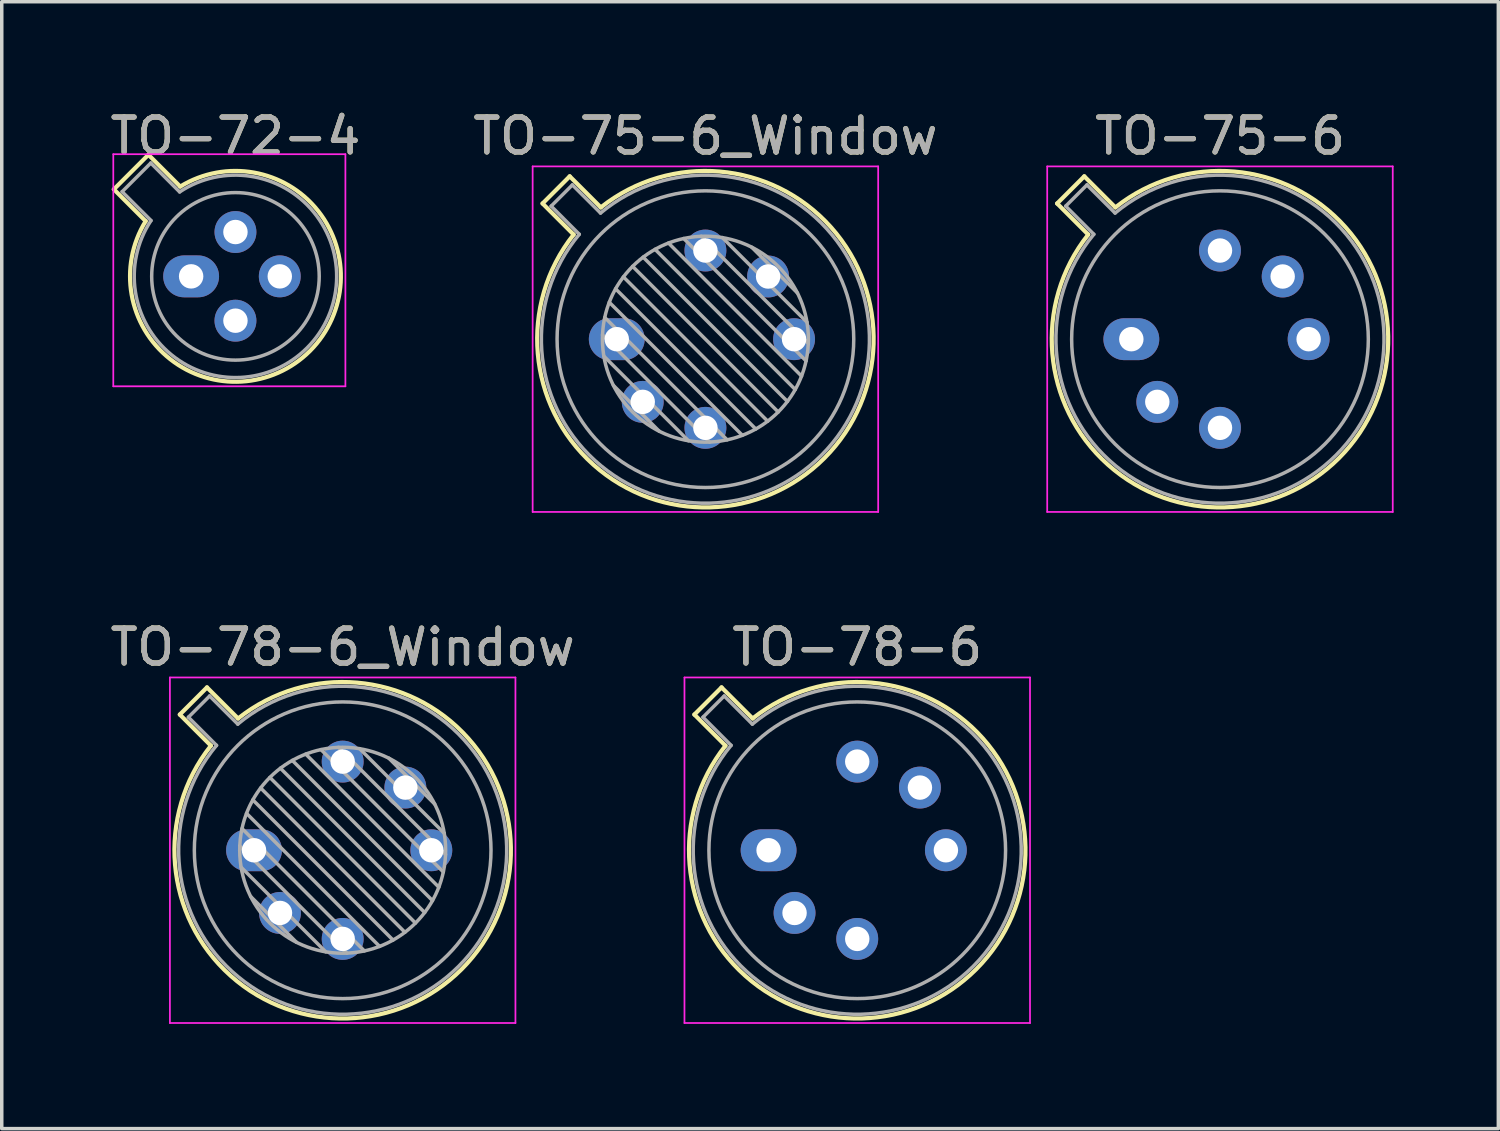
<source format=kicad_pcb>
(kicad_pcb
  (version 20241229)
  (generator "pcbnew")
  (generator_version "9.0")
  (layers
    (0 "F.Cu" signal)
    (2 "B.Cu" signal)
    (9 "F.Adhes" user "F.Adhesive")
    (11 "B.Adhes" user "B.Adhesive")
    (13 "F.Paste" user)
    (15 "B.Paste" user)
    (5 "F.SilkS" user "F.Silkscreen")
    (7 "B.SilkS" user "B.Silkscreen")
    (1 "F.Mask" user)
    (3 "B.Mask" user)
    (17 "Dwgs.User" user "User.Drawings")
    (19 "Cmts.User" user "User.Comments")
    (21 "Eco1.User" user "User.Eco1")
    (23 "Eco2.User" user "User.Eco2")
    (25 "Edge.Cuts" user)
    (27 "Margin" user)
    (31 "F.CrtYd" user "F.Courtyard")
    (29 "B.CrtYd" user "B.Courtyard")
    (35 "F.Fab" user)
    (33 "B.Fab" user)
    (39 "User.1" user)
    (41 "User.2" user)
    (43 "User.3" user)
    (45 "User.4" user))
  (footprint "TO-75-6_Window"
    (layer "F.Cu")
    (at 14.621 6.668)
    (property "Reference" "TO-75-6_Window" (at 2.54 -5.82 0) (layer "F.SilkS") (effects (font (size 1 1) (thickness 0.15))))
    (attr through_hole)
    (fp_line (start -2.126 -3.888) (end -1.235 -2.997) (stroke (width 0.12) (type solid)) (layer "F.SilkS"))
    (fp_line (start -1.348 -4.666) (end -2.126 -3.888) (stroke (width 0.12) (type solid)) (layer "F.SilkS"))
    (fp_line (start -0.457 -3.775) (end -1.348 -4.666) (stroke (width 0.12) (type solid)) (layer "F.SilkS"))
    (fp_arc (start -0.457084 -3.774902) (mid 5.948125 3.408384) (end -1.234674 -2.997371) (stroke (width 0.12) (type solid)) (layer "F.SilkS"))
    (fp_line (start -2.41 -4.95) (end -2.41 4.95) (stroke (width 0.05) (type solid)) (layer "F.CrtYd"))
    (fp_line (start -2.41 4.95) (end 7.49 4.95) (stroke (width 0.05) (type solid)) (layer "F.CrtYd"))
    (fp_line (start 7.49 -4.95) (end -2.41 -4.95) (stroke (width 0.05) (type solid)) (layer "F.CrtYd"))
    (fp_line (start 7.49 4.95) (end 7.49 -4.95) (stroke (width 0.05) (type solid)) (layer "F.CrtYd"))
    (fp_line (start -1.88 -3.812) (end -1.074 -3.005) (stroke (width 0.1) (type solid)) (layer "F.Fab"))
    (fp_line (start -1.272 -4.42) (end -1.88 -3.812) (stroke (width 0.1) (type solid)) (layer "F.Fab"))
    (fp_line (start -0.465 -3.614) (end -1.272 -4.42) (stroke (width 0.1) (type solid)) (layer "F.Fab"))
    (fp_line (start -0.408 -0.12) (end 2.66 2.948) (stroke (width 0.1) (type solid)) (layer "F.Fab"))
    (fp_line (start -0.371 0.485) (end 2.055 2.911) (stroke (width 0.1) (type solid)) (layer "F.Fab"))
    (fp_line (start -0.344 -0.622) (end 3.162 2.884) (stroke (width 0.1) (type solid)) (layer "F.Fab"))
    (fp_line (start -0.215 -1.058) (end 3.598 2.755) (stroke (width 0.1) (type solid)) (layer "F.Fab"))
    (fp_line (start -0.097 1.324) (end 1.216 2.637) (stroke (width 0.1) (type solid)) (layer "F.Fab"))
    (fp_line (start -0.034 -1.443) (end 3.983 2.574) (stroke (width 0.1) (type solid)) (layer "F.Fab"))
    (fp_line (start 0.19 -1.784) (end 4.324 2.35) (stroke (width 0.1) (type solid)) (layer "F.Fab"))
    (fp_line (start 0.454 -2.086) (end 4.626 2.086) (stroke (width 0.1) (type solid)) (layer "F.Fab"))
    (fp_line (start 0.756 -2.35) (end 4.89 1.784) (stroke (width 0.1) (type solid)) (layer "F.Fab"))
    (fp_line (start 1.097 -2.574) (end 5.114 1.443) (stroke (width 0.1) (type solid)) (layer "F.Fab"))
    (fp_line (start 1.482 -2.755) (end 5.295 1.058) (stroke (width 0.1) (type solid)) (layer "F.Fab"))
    (fp_line (start 1.918 -2.884) (end 5.424 0.622) (stroke (width 0.1) (type solid)) (layer "F.Fab"))
    (fp_line (start 2.42 -2.948) (end 5.488 0.12) (stroke (width 0.1) (type solid)) (layer "F.Fab"))
    (fp_line (start 3.025 -2.911) (end 5.451 -0.485) (stroke (width 0.1) (type solid)) (layer "F.Fab"))
    (fp_line (start 3.864 -2.637) (end 5.177 -1.324) (stroke (width 0.1) (type solid)) (layer "F.Fab"))
    (fp_arc (start -0.465408 -3.61352) (mid 5.863443 3.323361) (end -1.073594 -3.005319) (stroke (width 0.1) (type solid)) (layer "F.Fab"))
    (fp_circle (center 2.54 0) (end 5.49 0) (stroke (width 0.1) (type solid)) (fill no) (layer "F.Fab"))
    (fp_circle (center 2.54 0) (end 6.79 0) (stroke (width 0.1) (type solid)) (fill no) (layer "F.Fab"))
    (fp_text user "${REFERENCE}" (at 2.54 -5.82 0) (layer "F.Fab") (effects (font (size 1 1) (thickness 0.15))))
    (pad "1" thru_hole oval (at 0 0) (size 1.6 1.2) (drill 0.7) (layers "*.Cu" "*.Mask"))
    (pad "2" thru_hole oval (at 0.744 1.796) (size 1.2 1.2) (drill 0.7) (layers "*.Cu" "*.Mask"))
    (pad "3" thru_hole oval (at 2.54 2.54) (size 1.2 1.2) (drill 0.7) (layers "*.Cu" "*.Mask"))
    (pad "4" thru_hole oval (at 5.08 0) (size 1.2 1.2) (drill 0.7) (layers "*.Cu" "*.Mask"))
    (pad "5" thru_hole oval (at 4.336 -1.796) (size 1.2 1.2) (drill 0.7) (layers "*.Cu" "*.Mask"))
    (pad "6" thru_hole oval (at 2.54 -2.54) (size 1.2 1.2) (drill 0.7) (layers "*.Cu" "*.Mask")))
  (footprint "TO-75-6"
    (layer "F.Cu")
    (at 29.364 6.668)
    (property "Reference" "TO-75-6" (at 2.54 -5.82 0) (layer "F.SilkS") (effects (font (size 1 1) (thickness 0.15))))
    (attr through_hole)
    (fp_line (start -2.126 -3.888) (end -1.235 -2.997) (stroke (width 0.12) (type solid)) (layer "F.SilkS"))
    (fp_line (start -1.348 -4.666) (end -2.126 -3.888) (stroke (width 0.12) (type solid)) (layer "F.SilkS"))
    (fp_line (start -0.457 -3.775) (end -1.348 -4.666) (stroke (width 0.12) (type solid)) (layer "F.SilkS"))
    (fp_arc (start -0.457084 -3.774902) (mid 5.948125 3.408384) (end -1.234674 -2.997371) (stroke (width 0.12) (type solid)) (layer "F.SilkS"))
    (fp_line (start -2.41 -4.95) (end -2.41 4.95) (stroke (width 0.05) (type solid)) (layer "F.CrtYd"))
    (fp_line (start -2.41 4.95) (end 7.49 4.95) (stroke (width 0.05) (type solid)) (layer "F.CrtYd"))
    (fp_line (start 7.49 -4.95) (end -2.41 -4.95) (stroke (width 0.05) (type solid)) (layer "F.CrtYd"))
    (fp_line (start 7.49 4.95) (end 7.49 -4.95) (stroke (width 0.05) (type solid)) (layer "F.CrtYd"))
    (fp_line (start -1.88 -3.812) (end -1.074 -3.005) (stroke (width 0.1) (type solid)) (layer "F.Fab"))
    (fp_line (start -1.272 -4.42) (end -1.88 -3.812) (stroke (width 0.1) (type solid)) (layer "F.Fab"))
    (fp_line (start -0.465 -3.614) (end -1.272 -4.42) (stroke (width 0.1) (type solid)) (layer "F.Fab"))
    (fp_arc (start -0.465408 -3.61352) (mid 5.863443 3.323361) (end -1.073594 -3.005319) (stroke (width 0.1) (type solid)) (layer "F.Fab"))
    (fp_circle (center 2.54 0) (end 6.79 0) (stroke (width 0.1) (type solid)) (fill no) (layer "F.Fab"))
    (fp_text user "${REFERENCE}" (at 2.54 -5.82 0) (layer "F.Fab") (effects (font (size 1 1) (thickness 0.15))))
    (pad "1" thru_hole oval (at 0 0) (size 1.6 1.2) (drill 0.7) (layers "*.Cu" "*.Mask"))
    (pad "2" thru_hole oval (at 0.744 1.796) (size 1.2 1.2) (drill 0.7) (layers "*.Cu" "*.Mask"))
    (pad "3" thru_hole oval (at 2.54 2.54) (size 1.2 1.2) (drill 0.7) (layers "*.Cu" "*.Mask"))
    (pad "4" thru_hole oval (at 5.08 0) (size 1.2 1.2) (drill 0.7) (layers "*.Cu" "*.Mask"))
    (pad "5" thru_hole oval (at 4.336 -1.796) (size 1.2 1.2) (drill 0.7) (layers "*.Cu" "*.Mask"))
    (pad "6" thru_hole oval (at 2.54 -2.54) (size 1.2 1.2) (drill 0.7) (layers "*.Cu" "*.Mask")))
  (footprint "TO-78-6_Window"
    (layer "F.Cu")
    (at 4.228 21.311)
    (property "Reference" "TO-78-6_Window" (at 2.54 -5.82 0) (layer "F.SilkS") (effects (font (size 1 1) (thickness 0.15))))
    (attr through_hole)
    (fp_line (start -2.126 -3.888) (end -1.235 -2.997) (stroke (width 0.12) (type solid)) (layer "F.SilkS"))
    (fp_line (start -1.348 -4.666) (end -2.126 -3.888) (stroke (width 0.12) (type solid)) (layer "F.SilkS"))
    (fp_line (start -0.457 -3.775) (end -1.348 -4.666) (stroke (width 0.12) (type solid)) (layer "F.SilkS"))
    (fp_arc (start -0.457084 -3.774902) (mid 5.948125 3.408384) (end -1.234674 -2.997371) (stroke (width 0.12) (type solid)) (layer "F.SilkS"))
    (fp_line (start -2.41 -4.95) (end -2.41 4.95) (stroke (width 0.05) (type solid)) (layer "F.CrtYd"))
    (fp_line (start -2.41 4.95) (end 7.49 4.95) (stroke (width 0.05) (type solid)) (layer "F.CrtYd"))
    (fp_line (start 7.49 -4.95) (end -2.41 -4.95) (stroke (width 0.05) (type solid)) (layer "F.CrtYd"))
    (fp_line (start 7.49 4.95) (end 7.49 -4.95) (stroke (width 0.05) (type solid)) (layer "F.CrtYd"))
    (fp_line (start -1.88 -3.812) (end -1.074 -3.005) (stroke (width 0.1) (type solid)) (layer "F.Fab"))
    (fp_line (start -1.272 -4.42) (end -1.88 -3.812) (stroke (width 0.1) (type solid)) (layer "F.Fab"))
    (fp_line (start -0.465 -3.614) (end -1.272 -4.42) (stroke (width 0.1) (type solid)) (layer "F.Fab"))
    (fp_line (start -0.408 -0.12) (end 2.66 2.948) (stroke (width 0.1) (type solid)) (layer "F.Fab"))
    (fp_line (start -0.371 0.485) (end 2.055 2.911) (stroke (width 0.1) (type solid)) (layer "F.Fab"))
    (fp_line (start -0.344 -0.622) (end 3.162 2.884) (stroke (width 0.1) (type solid)) (layer "F.Fab"))
    (fp_line (start -0.215 -1.058) (end 3.598 2.755) (stroke (width 0.1) (type solid)) (layer "F.Fab"))
    (fp_line (start -0.097 1.324) (end 1.216 2.637) (stroke (width 0.1) (type solid)) (layer "F.Fab"))
    (fp_line (start -0.034 -1.443) (end 3.983 2.574) (stroke (width 0.1) (type solid)) (layer "F.Fab"))
    (fp_line (start 0.19 -1.784) (end 4.324 2.35) (stroke (width 0.1) (type solid)) (layer "F.Fab"))
    (fp_line (start 0.454 -2.086) (end 4.626 2.086) (stroke (width 0.1) (type solid)) (layer "F.Fab"))
    (fp_line (start 0.756 -2.35) (end 4.89 1.784) (stroke (width 0.1) (type solid)) (layer "F.Fab"))
    (fp_line (start 1.097 -2.574) (end 5.114 1.443) (stroke (width 0.1) (type solid)) (layer "F.Fab"))
    (fp_line (start 1.482 -2.755) (end 5.295 1.058) (stroke (width 0.1) (type solid)) (layer "F.Fab"))
    (fp_line (start 1.918 -2.884) (end 5.424 0.622) (stroke (width 0.1) (type solid)) (layer "F.Fab"))
    (fp_line (start 2.42 -2.948) (end 5.488 0.12) (stroke (width 0.1) (type solid)) (layer "F.Fab"))
    (fp_line (start 3.025 -2.911) (end 5.451 -0.485) (stroke (width 0.1) (type solid)) (layer "F.Fab"))
    (fp_line (start 3.864 -2.637) (end 5.177 -1.324) (stroke (width 0.1) (type solid)) (layer "F.Fab"))
    (fp_arc (start -0.465408 -3.61352) (mid 5.863443 3.323361) (end -1.073594 -3.005319) (stroke (width 0.1) (type solid)) (layer "F.Fab"))
    (fp_circle (center 2.54 0) (end 5.49 0) (stroke (width 0.1) (type solid)) (fill no) (layer "F.Fab"))
    (fp_circle (center 2.54 0) (end 6.79 0) (stroke (width 0.1) (type solid)) (fill no) (layer "F.Fab"))
    (fp_text user "${REFERENCE}" (at 2.54 -5.82 0) (layer "F.Fab") (effects (font (size 1 1) (thickness 0.15))))
    (pad "1" thru_hole oval (at 0 0) (size 1.6 1.2) (drill 0.7) (layers "*.Cu" "*.Mask"))
    (pad "2" thru_hole oval (at 0.744 1.796) (size 1.2 1.2) (drill 0.7) (layers "*.Cu" "*.Mask"))
    (pad "3" thru_hole oval (at 2.54 2.54) (size 1.2 1.2) (drill 0.7) (layers "*.Cu" "*.Mask"))
    (pad "4" thru_hole oval (at 5.08 0) (size 1.2 1.2) (drill 0.7) (layers "*.Cu" "*.Mask"))
    (pad "5" thru_hole oval (at 4.336 -1.796) (size 1.2 1.2) (drill 0.7) (layers "*.Cu" "*.Mask"))
    (pad "6" thru_hole oval (at 2.54 -2.54) (size 1.2 1.2) (drill 0.7) (layers "*.Cu" "*.Mask")))
  (footprint "TO-78-6"
    (layer "F.Cu")
    (at 18.971 21.311)
    (property "Reference" "TO-78-6" (at 2.54 -5.82 0) (layer "F.SilkS") (effects (font (size 1 1) (thickness 0.15))))
    (attr through_hole)
    (fp_line (start -2.126 -3.888) (end -1.235 -2.997) (stroke (width 0.12) (type solid)) (layer "F.SilkS"))
    (fp_line (start -1.348 -4.666) (end -2.126 -3.888) (stroke (width 0.12) (type solid)) (layer "F.SilkS"))
    (fp_line (start -0.457 -3.775) (end -1.348 -4.666) (stroke (width 0.12) (type solid)) (layer "F.SilkS"))
    (fp_arc (start -0.457084 -3.774902) (mid 5.948125 3.408384) (end -1.234674 -2.997371) (stroke (width 0.12) (type solid)) (layer "F.SilkS"))
    (fp_line (start -2.41 -4.95) (end -2.41 4.95) (stroke (width 0.05) (type solid)) (layer "F.CrtYd"))
    (fp_line (start -2.41 4.95) (end 7.49 4.95) (stroke (width 0.05) (type solid)) (layer "F.CrtYd"))
    (fp_line (start 7.49 -4.95) (end -2.41 -4.95) (stroke (width 0.05) (type solid)) (layer "F.CrtYd"))
    (fp_line (start 7.49 4.95) (end 7.49 -4.95) (stroke (width 0.05) (type solid)) (layer "F.CrtYd"))
    (fp_line (start -1.88 -3.812) (end -1.074 -3.005) (stroke (width 0.1) (type solid)) (layer "F.Fab"))
    (fp_line (start -1.272 -4.42) (end -1.88 -3.812) (stroke (width 0.1) (type solid)) (layer "F.Fab"))
    (fp_line (start -0.465 -3.614) (end -1.272 -4.42) (stroke (width 0.1) (type solid)) (layer "F.Fab"))
    (fp_arc (start -0.465408 -3.61352) (mid 5.863443 3.323361) (end -1.073594 -3.005319) (stroke (width 0.1) (type solid)) (layer "F.Fab"))
    (fp_circle (center 2.54 0) (end 6.79 0) (stroke (width 0.1) (type solid)) (fill no) (layer "F.Fab"))
    (fp_text user "${REFERENCE}" (at 2.54 -5.82 0) (layer "F.Fab") (effects (font (size 1 1) (thickness 0.15))))
    (pad "1" thru_hole oval (at 0 0) (size 1.6 1.2) (drill 0.7) (layers "*.Cu" "*.Mask"))
    (pad "2" thru_hole oval (at 0.744 1.796) (size 1.2 1.2) (drill 0.7) (layers "*.Cu" "*.Mask"))
    (pad "3" thru_hole oval (at 2.54 2.54) (size 1.2 1.2) (drill 0.7) (layers "*.Cu" "*.Mask"))
    (pad "4" thru_hole oval (at 5.08 0) (size 1.2 1.2) (drill 0.7) (layers "*.Cu" "*.Mask"))
    (pad "5" thru_hole oval (at 4.336 -1.796) (size 1.2 1.2) (drill 0.7) (layers "*.Cu" "*.Mask"))
    (pad "6" thru_hole oval (at 2.54 -2.54) (size 1.2 1.2) (drill 0.7) (layers "*.Cu" "*.Mask")))
  (footprint "TO-72-4"
    (layer "F.Cu")
    (at 2.426 4.868)
    (property "Reference" "TO-72-4" (at 1.27 -4.02 0) (layer "F.SilkS") (effects (font (size 1 1) (thickness 0.15))))
    (attr through_hole)
    (fp_line (start -2.214 -2.494) (end -1.302 -1.582) (stroke (width 0.12) (type solid)) (layer "F.SilkS"))
    (fp_line (start -1.224 -3.484) (end -2.214 -2.494) (stroke (width 0.12) (type solid)) (layer "F.SilkS"))
    (fp_line (start -0.312 -2.572) (end -1.224 -3.484) (stroke (width 0.12) (type solid)) (layer "F.SilkS"))
    (fp_arc (start -0.312331 -2.572281) (mid 3.405374 2.135551) (end -1.30215 -1.582544) (stroke (width 0.12) (type solid)) (layer "F.SilkS"))
    (fp_line (start -2.23 -3.5) (end -2.23 3.15) (stroke (width 0.05) (type solid)) (layer "F.CrtYd"))
    (fp_line (start -2.23 3.15) (end 4.42 3.15) (stroke (width 0.05) (type solid)) (layer "F.CrtYd"))
    (fp_line (start 4.42 -3.5) (end -2.23 -3.5) (stroke (width 0.05) (type solid)) (layer "F.CrtYd"))
    (fp_line (start 4.42 3.15) (end 4.42 -3.5) (stroke (width 0.05) (type solid)) (layer "F.CrtYd"))
    (fp_line (start -1.977 -2.426) (end -1.149 -1.599) (stroke (width 0.1) (type solid)) (layer "F.Fab"))
    (fp_line (start -1.156 -3.247) (end -1.977 -2.426) (stroke (width 0.1) (type solid)) (layer "F.Fab"))
    (fp_line (start -0.329 -2.419) (end -1.156 -3.247) (stroke (width 0.1) (type solid)) (layer "F.Fab"))
    (fp_arc (start -0.329057 -2.419301) (mid 3.321076 2.050143) (end -1.150029 -1.597956) (stroke (width 0.1) (type solid)) (layer "F.Fab"))
    (fp_circle (center 1.27 0) (end 3.67 0) (stroke (width 0.1) (type solid)) (fill no) (layer "F.Fab"))
    (fp_text user "${REFERENCE}" (at 1.27 -4.02 0) (layer "F.Fab") (effects (font (size 1 1) (thickness 0.15))))
    (pad "1" thru_hole oval (at 0 0) (size 1.6 1.2) (drill 0.7) (layers "*.Cu" "*.Mask"))
    (pad "2" thru_hole oval (at 1.27 1.27) (size 1.2 1.2) (drill 0.7) (layers "*.Cu" "*.Mask"))
    (pad "3" thru_hole oval (at 2.54 0) (size 1.2 1.2) (drill 0.7) (layers "*.Cu" "*.Mask"))
    (pad "4" thru_hole oval (at 1.27 -1.27) (size 1.2 1.2) (drill 0.7) (layers "*.Cu" "*.Mask")))
  (gr_rect
    (start -3 -3)
    (end 39.879 29.287)
    (stroke (width 0.1) (type default))
    (fill no)
    (layer "Edge.Cuts")))
</source>
